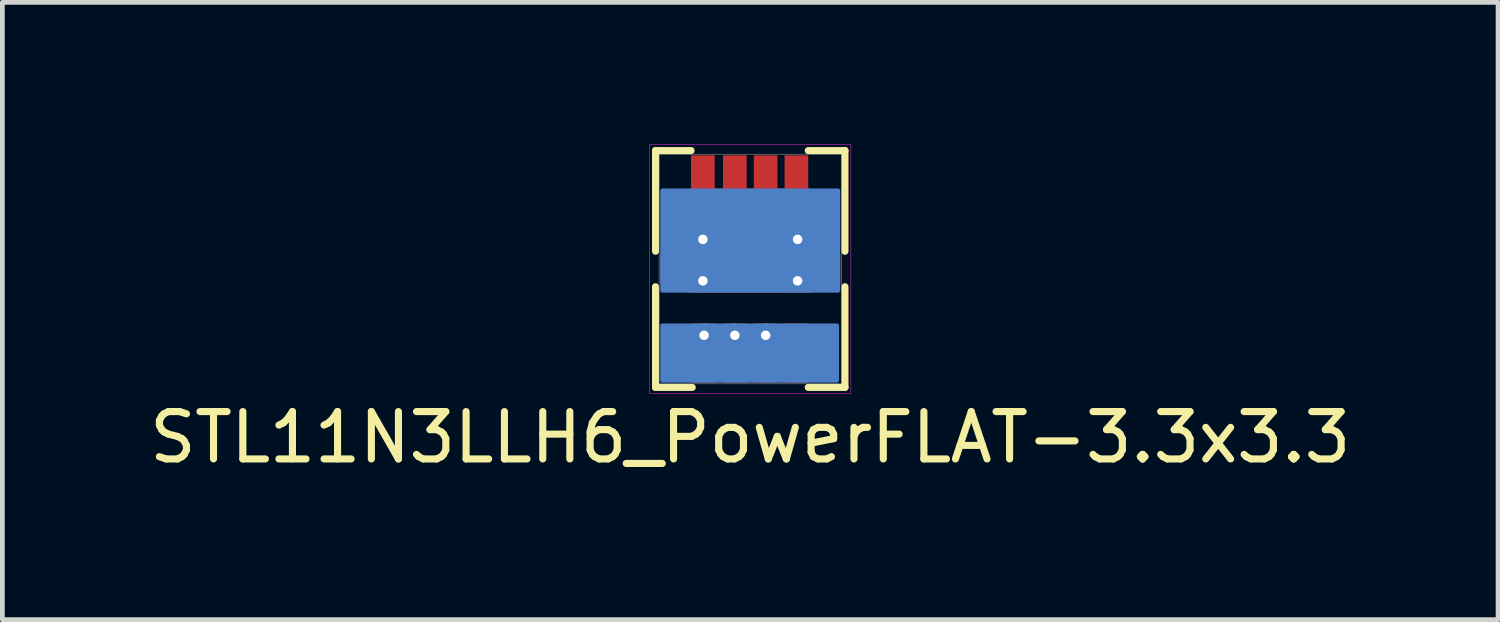
<source format=kicad_pcb>
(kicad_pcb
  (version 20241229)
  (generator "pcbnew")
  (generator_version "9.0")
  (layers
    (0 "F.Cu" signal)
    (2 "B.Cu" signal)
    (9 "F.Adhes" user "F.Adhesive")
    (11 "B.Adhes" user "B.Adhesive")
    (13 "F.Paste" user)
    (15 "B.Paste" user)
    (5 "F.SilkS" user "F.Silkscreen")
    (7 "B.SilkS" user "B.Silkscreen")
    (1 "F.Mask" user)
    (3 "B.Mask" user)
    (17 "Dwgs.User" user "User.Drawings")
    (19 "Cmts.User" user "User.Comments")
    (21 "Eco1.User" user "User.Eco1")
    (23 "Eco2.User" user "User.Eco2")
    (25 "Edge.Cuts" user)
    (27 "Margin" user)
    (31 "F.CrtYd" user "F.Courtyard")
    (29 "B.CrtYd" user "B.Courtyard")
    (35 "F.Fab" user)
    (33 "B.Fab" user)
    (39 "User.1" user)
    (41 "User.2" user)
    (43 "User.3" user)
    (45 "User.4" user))
  (footprint "STL11N3LLH6_PowerFLAT-3.3x3.3"
    (layer "F.Cu")
    (at 12.792 2.63)
    (property "Reference" "STL11N3LLH6_PowerFLAT-3.3x3.3" (at 0 3.556 0) (layer "F.SilkS") (effects (font (size 1 1) (thickness 0.15))))
    (attr smd)
    (fp_poly (pts (xy 1.25 0.45) (xy -1.25 0.45) (xy -1.25 -1.65) (xy 1.25 -1.65)) (stroke (width 0.1) (type solid)) (fill yes) (layer "F.Cu"))
    (fp_poly (pts (xy 1.825 2.35) (xy -1.85 2.35) (xy -1.85 1.2) (xy 1.825 1.2)) (stroke (width 0.1) (type solid)) (fill yes) (layer "B.Cu"))
    (fp_poly (pts (xy 1.85 0.45) (xy -1.85 0.45) (xy -1.85 -1.65) (xy 1.85 -1.65)) (stroke (width 0.1) (type solid)) (fill yes) (layer "B.Cu"))
    (fp_line (start -2 -2.5) (end -2 -0.375) (stroke (width 0.15) (type solid)) (layer "F.SilkS"))
    (fp_line (start -2 0.375) (end -2 2.5) (stroke (width 0.15) (type solid)) (layer "F.SilkS"))
    (fp_line (start -2 2.5) (end -1.225 2.5) (stroke (width 0.15) (type solid)) (layer "F.SilkS"))
    (fp_line (start -1.25 -2.5) (end -2 -2.5) (stroke (width 0.15) (type solid)) (layer "F.SilkS"))
    (fp_line (start 2 -2.5) (end 1.225 -2.5) (stroke (width 0.15) (type solid)) (layer "F.SilkS"))
    (fp_line (start 2 -0.375) (end 2 -2.5) (stroke (width 0.15) (type solid)) (layer "F.SilkS"))
    (fp_line (start 2 0.375) (end 2 2.5) (stroke (width 0.15) (type solid)) (layer "F.SilkS"))
    (fp_line (start 2 2.5) (end 1.225 2.5) (stroke (width 0.15) (type solid)) (layer "F.SilkS"))
    (fp_line (start -2.125 -2.625) (end 2.125 -2.625) (stroke (width 0.01) (type solid)) (layer "F.CrtYd"))
    (fp_line (start -2.125 2.625) (end -2.125 -2.625) (stroke (width 0.01) (type solid)) (layer "F.CrtYd"))
    (fp_line (start 2.125 -2.625) (end 2.125 2.625) (stroke (width 0.01) (type solid)) (layer "F.CrtYd"))
    (fp_line (start 2.125 2.625) (end -2.125 2.625) (stroke (width 0.01) (type solid)) (layer "F.CrtYd"))
    (fp_line (start -1.925 -2.425) (end 1.925 -2.425) (stroke (width 0.01) (type solid)) (layer "F.Fab"))
    (fp_line (start -1.925 2.425) (end -1.925 -2.425) (stroke (width 0.01) (type solid)) (layer "F.Fab"))
    (fp_line (start 1.925 -2.425) (end 1.925 2.425) (stroke (width 0.01) (type solid)) (layer "F.Fab"))
    (fp_line (start 1.925 2.425) (end -1.925 2.425) (stroke (width 0.01) (type solid)) (layer "F.Fab"))
    (pad "1" thru_hole circle (at -0.975 1.4) (size 0.5 0.5) (drill 0.2) (layers "*.Cu"))
    (pad "1" smd rect (at -0.975 1.775) (size 0.5 1.25) (layers "F.Cu" "F.Mask" "F.Paste"))
    (pad "2" thru_hole circle (at -0.325 1.4) (size 0.5 0.5) (drill 0.2) (layers "*.Cu"))
    (pad "2" smd rect (at -0.325 1.775) (size 0.5 1.25) (layers "F.Cu" "F.Mask" "F.Paste"))
    (pad "3" thru_hole circle (at 0.325 1.4) (size 0.5 0.5) (drill 0.2) (layers "*.Cu"))
    (pad "3" smd rect (at 0.325 1.775) (size 0.5 1.25) (layers "F.Cu" "F.Mask" "F.Paste"))
    (pad "4" smd rect (at 0.975 1.775) (size 0.5 1.25) (layers "F.Cu" "F.Mask" "F.Paste"))
    (pad "5" smd rect (at 0.975 -1.775) (size 0.5 1.25) (layers "F.Cu" "F.Mask" "F.Paste"))
    (pad "5" thru_hole circle (at 1 -0.625) (size 0.5 0.5) (drill 0.2) (layers "*.Cu"))
    (pad "5" thru_hole circle (at 1 0.25) (size 0.5 0.5) (drill 0.2) (layers "*.Cu"))
    (pad "6" smd rect (at 0.325 -1.775) (size 0.5 1.25) (layers "F.Cu" "F.Mask" "F.Paste"))
    (pad "7" smd rect (at -0.325 -1.775) (size 0.5 1.25) (layers "F.Cu" "F.Mask" "F.Paste"))
    (pad "8" smd rect (at -1 -1.775) (size 0.5 1.25) (layers "F.Cu" "F.Mask" "F.Paste"))
    (pad "8" thru_hole circle (at -1 -0.625) (size 0.5 0.5) (drill 0.2) (layers "*.Cu"))
    (pad "8" thru_hole circle (at -1 0.25) (size 0.5 0.5) (drill 0.2) (layers "*.Cu"))
    (pad "X" smd rect (at -1.6 0) (size 0.6 0.6) (layers "F.Cu" "F.Mask" "F.Paste"))
    (pad "X" smd rect (at 1.6 0) (size 0.6 0.6) (layers "F.Cu" "F.Mask" "F.Paste")))
  (gr_rect
    (start -3 -3)
    (end 28.583 10.034)
    (stroke (width 0.1) (type default))
    (fill no)
    (layer "Edge.Cuts")))
</source>
